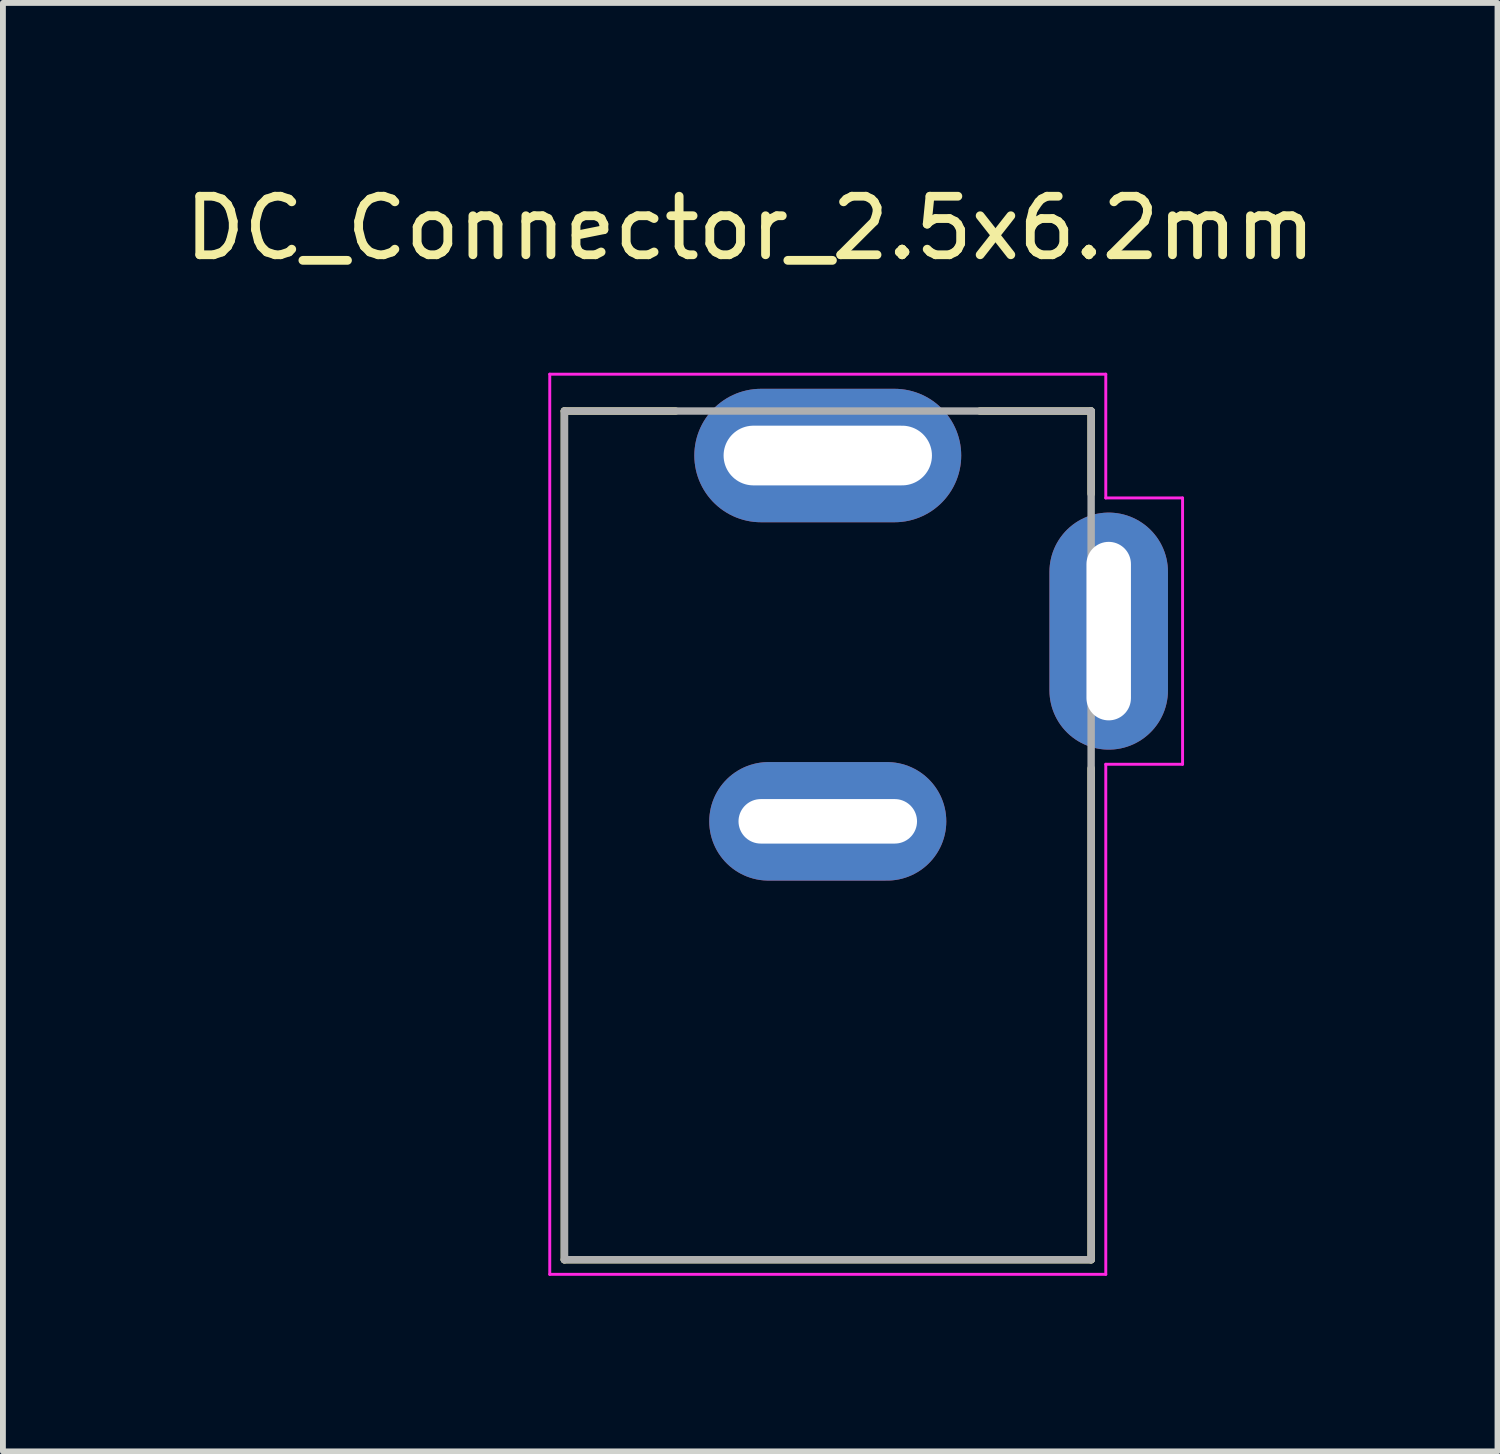
<source format=kicad_pcb>
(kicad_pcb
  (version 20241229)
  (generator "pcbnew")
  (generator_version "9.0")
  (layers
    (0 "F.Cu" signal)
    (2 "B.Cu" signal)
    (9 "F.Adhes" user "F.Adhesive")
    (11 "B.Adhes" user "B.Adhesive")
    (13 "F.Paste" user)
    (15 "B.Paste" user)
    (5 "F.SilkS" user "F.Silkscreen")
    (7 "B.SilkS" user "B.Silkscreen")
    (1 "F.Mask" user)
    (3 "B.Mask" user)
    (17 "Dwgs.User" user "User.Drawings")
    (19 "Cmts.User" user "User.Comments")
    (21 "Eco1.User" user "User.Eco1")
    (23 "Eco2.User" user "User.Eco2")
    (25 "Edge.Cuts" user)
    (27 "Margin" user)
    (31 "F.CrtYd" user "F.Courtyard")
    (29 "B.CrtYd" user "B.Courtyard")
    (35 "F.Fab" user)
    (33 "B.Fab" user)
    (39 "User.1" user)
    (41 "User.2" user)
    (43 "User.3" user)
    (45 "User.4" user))
  (footprint "DC_Connector_2.5x6.2mm"
    (layer "F.Cu")
    (at 11.093 10.983)
    (property "Reference" "DC_Connector_2.5x6.2mm" (at -1.325 -10.135 0) (layer "F.SilkS") (effects (font (size 1 1) (thickness 0.15))))
    (attr through_hole)
    (fp_line (start -4.5 -7.01) (end -4.5 7.49) (stroke (width 0.127) (type solid)) (layer "F.SilkS"))
    (fp_line (start -4.5 7.49) (end 4.5 7.49) (stroke (width 0.127) (type solid)) (layer "F.SilkS"))
    (fp_line (start -2.6 -7.01) (end -4.5 -7.01) (stroke (width 0.127) (type solid)) (layer "F.SilkS"))
    (fp_line (start 4.5 -7.01) (end 2.6 -7.01) (stroke (width 0.127) (type solid)) (layer "F.SilkS"))
    (fp_line (start 4.5 -5.595) (end 4.5 -7.01) (stroke (width 0.127) (type solid)) (layer "F.SilkS"))
    (fp_line (start 4.5 7.49) (end 4.5 -0.905) (stroke (width 0.127) (type solid)) (layer "F.SilkS"))
    (fp_line (start -4.75 -7.64) (end -4.75 7.74) (stroke (width 0.05) (type solid)) (layer "F.CrtYd"))
    (fp_line (start -4.75 7.74) (end 4.75 7.74) (stroke (width 0.05) (type solid)) (layer "F.CrtYd"))
    (fp_line (start 4.75 -7.64) (end -4.75 -7.64) (stroke (width 0.05) (type solid)) (layer "F.CrtYd"))
    (fp_line (start 4.75 -5.525) (end 4.75 -7.64) (stroke (width 0.05) (type solid)) (layer "F.CrtYd"))
    (fp_line (start 4.75 -0.975) (end 6.062 -0.975) (stroke (width 0.05) (type solid)) (layer "F.CrtYd"))
    (fp_line (start 4.75 7.74) (end 4.75 -0.975) (stroke (width 0.05) (type solid)) (layer "F.CrtYd"))
    (fp_line (start 6.062 -5.525) (end 4.75 -5.525) (stroke (width 0.05) (type solid)) (layer "F.CrtYd"))
    (fp_line (start 6.062 -0.975) (end 6.062 -5.525) (stroke (width 0.05) (type solid)) (layer "F.CrtYd"))
    (fp_line (start -4.5 -7.01) (end -4.5 7.49) (stroke (width 0.127) (type solid)) (layer "F.Fab"))
    (fp_line (start -4.5 7.49) (end 4.5 7.49) (stroke (width 0.127) (type solid)) (layer "F.Fab"))
    (fp_line (start 4.5 -7.01) (end -4.5 -7.01) (stroke (width 0.127) (type solid)) (layer "F.Fab"))
    (fp_line (start 4.5 7.49) (end 4.5 -7.01) (stroke (width 0.127) (type solid)) (layer "F.Fab"))
    (pad "PIN" thru_hole oval (at 0 -6.25) (size 4.56 2.28) (drill oval 3.56 1.02) (layers "*.Cu" "*.Mask"))
    (pad "SHUNT" thru_hole oval (at 4.8 -3.25) (size 2.025 4.05) (drill oval 0.76 3.05) (layers "*.Cu" "*.Mask"))
    (pad "SLEEVE" thru_hole oval (at 0 0) (size 4.05 2.025) (drill oval 3.05 0.76) (layers "*.Cu" "*.Mask")))
  (gr_rect
    (start -3 -3)
    (end 22.536 21.748)
    (stroke (width 0.1) (type default))
    (fill no)
    (layer "Edge.Cuts")))
</source>
